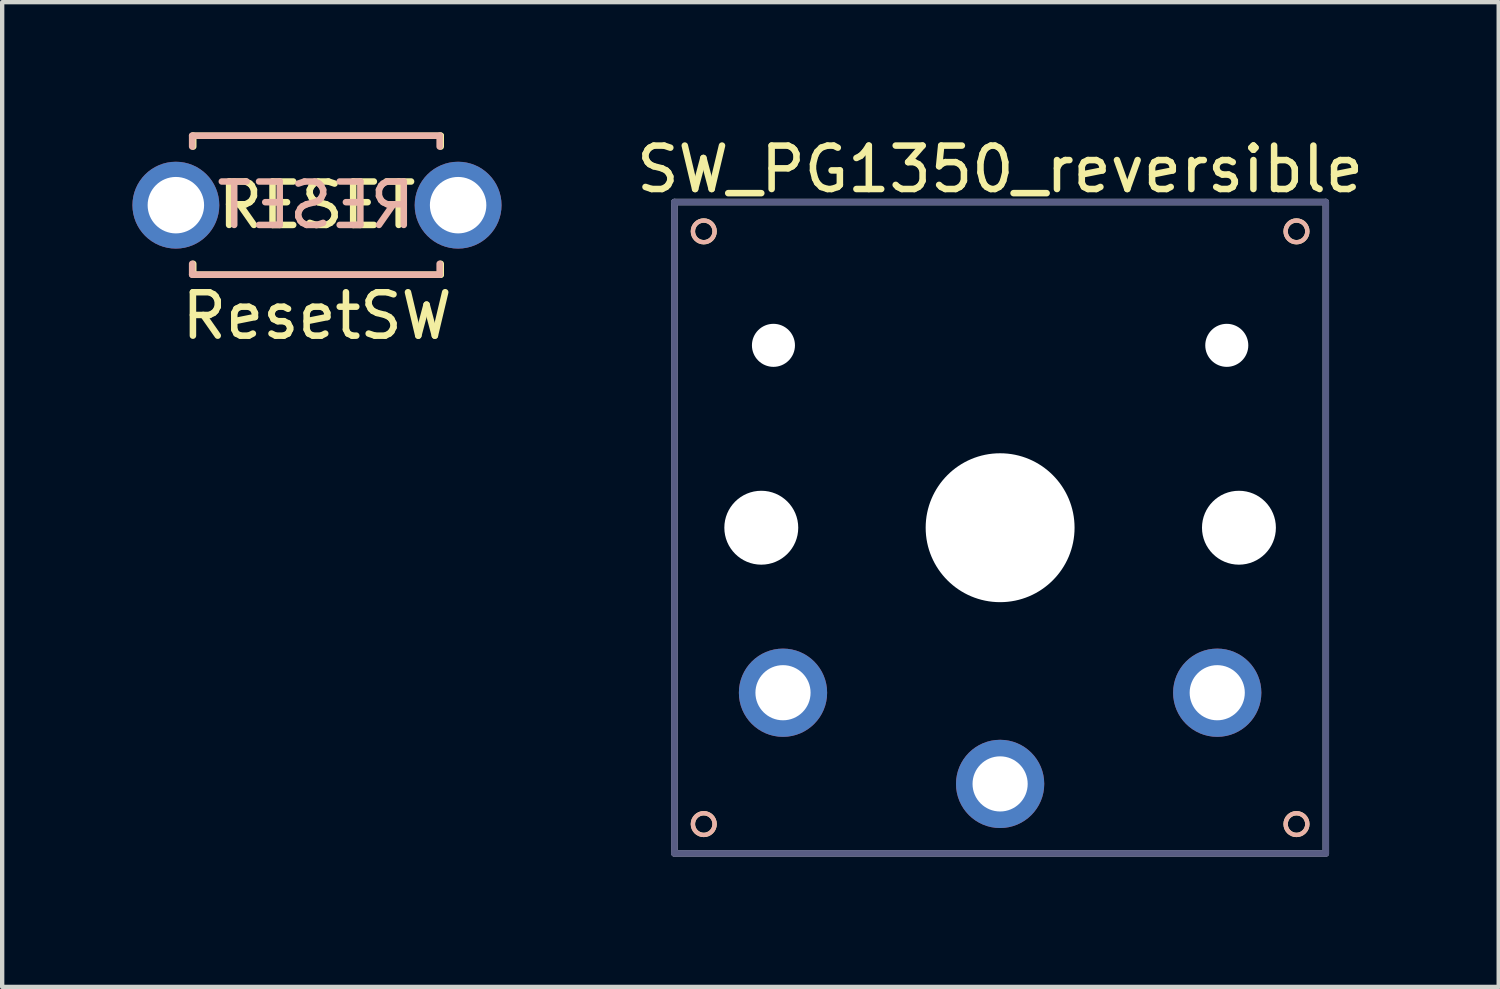
<source format=kicad_pcb>
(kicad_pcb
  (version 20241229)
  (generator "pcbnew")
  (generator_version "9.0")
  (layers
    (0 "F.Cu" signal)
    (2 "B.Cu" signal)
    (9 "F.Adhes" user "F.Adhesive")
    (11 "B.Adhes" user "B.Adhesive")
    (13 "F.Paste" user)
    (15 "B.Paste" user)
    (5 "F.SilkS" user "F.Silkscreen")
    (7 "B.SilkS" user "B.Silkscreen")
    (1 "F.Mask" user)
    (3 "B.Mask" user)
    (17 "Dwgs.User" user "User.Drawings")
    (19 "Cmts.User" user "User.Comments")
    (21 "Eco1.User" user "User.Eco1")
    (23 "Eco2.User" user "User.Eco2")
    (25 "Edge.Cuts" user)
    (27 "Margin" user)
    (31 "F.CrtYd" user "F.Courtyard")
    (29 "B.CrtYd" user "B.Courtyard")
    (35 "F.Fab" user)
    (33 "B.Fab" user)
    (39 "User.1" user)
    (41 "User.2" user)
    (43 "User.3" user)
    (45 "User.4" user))
  (footprint "ResetSW"
    (layer "F.Cu")
    (at 4.25 1.675)
    (property "Reference" "ResetSW" (at 0 2.55 0) (layer "F.SilkS") (effects (font (size 1 1) (thickness 0.15))))
    (attr through_hole)
    (fp_line (start -2.85 -1.6) (end -2.85 -1.35) (stroke (width 0.15) (type solid)) (layer "F.SilkS"))
    (fp_line (start -2.85 -1.6) (end 2.85 -1.6) (stroke (width 0.15) (type solid)) (layer "F.SilkS"))
    (fp_line (start -2.85 1.6) (end -2.85 1.35) (stroke (width 0.15) (type solid)) (layer "F.SilkS"))
    (fp_line (start -2.85 1.6) (end 2.85 1.6) (stroke (width 0.15) (type solid)) (layer "F.SilkS"))
    (fp_line (start 2.85 -1.6) (end 2.85 -1.35) (stroke (width 0.15) (type solid)) (layer "F.SilkS"))
    (fp_line (start 2.85 1.6) (end 2.85 1.35) (stroke (width 0.15) (type solid)) (layer "F.SilkS"))
    (fp_line (start -2.875 -1.6) (end -2.875 -1.35) (stroke (width 0.15) (type solid)) (layer "B.SilkS"))
    (fp_line (start -2.875 -1.6) (end 2.825 -1.6) (stroke (width 0.15) (type solid)) (layer "B.SilkS"))
    (fp_line (start -2.875 1.6) (end -2.875 1.35) (stroke (width 0.15) (type solid)) (layer "B.SilkS"))
    (fp_line (start -2.875 1.6) (end 2.825 1.6) (stroke (width 0.15) (type solid)) (layer "B.SilkS"))
    (fp_line (start 2.825 -1.6) (end 2.825 -1.35) (stroke (width 0.15) (type solid)) (layer "B.SilkS"))
    (fp_line (start 2.825 1.6) (end 2.825 1.35) (stroke (width 0.15) (type solid)) (layer "B.SilkS"))
    (fp_text user "RESET" (at 0 0 0) (layer "F.SilkS") (effects (font (size 1 1) (thickness 0.15))))
    (fp_text user "RESET" (at -0.025 0 180) (layer "B.SilkS") (effects (font (size 1 1) (thickness 0.15)) (justify mirror)))
    (pad "1" thru_hole circle (at 3.25 0) (size 2 2) (drill 1.3) (layers "*.Cu" "B.Mask"))
    (pad "2" thru_hole circle (at -3.25 0) (size 2 2) (drill 1.3) (layers "*.Cu" "B.Mask")))
  (footprint "SW_PG1350_reversible"
    (layer "F.Cu")
    (at 19.982 9.103)
    (property "Reference" "SW_PG1350_reversible" (at 0 -8.255 0) (layer "F.SilkS") (effects (font (size 1 1) (thickness 0.15))))
    (attr through_hole)
    (fp_circle (center -6.825 -6.825) (end -6.825 -7.075) (stroke (width 0.1) (type default)) (fill no) (layer "F.SilkS"))
    (fp_circle (center -6.825 6.825) (end -6.825 6.575) (stroke (width 0.1) (type default)) (fill no) (layer "F.SilkS"))
    (fp_circle (center 6.825 -6.825) (end 6.825 -7.075) (stroke (width 0.1) (type default)) (fill no) (layer "F.SilkS"))
    (fp_circle (center 6.825 6.825) (end 6.825 6.575) (stroke (width 0.1) (type default)) (fill no) (layer "F.SilkS"))
    (fp_circle (center -6.825 -6.825) (end -6.825 -6.575) (stroke (width 0.1) (type default)) (fill no) (layer "B.SilkS"))
    (fp_circle (center -6.825 6.825) (end -6.825 7.075) (stroke (width 0.1) (type default)) (fill no) (layer "B.SilkS"))
    (fp_circle (center 6.825 -6.825) (end 6.825 -6.575) (stroke (width 0.1) (type default)) (fill no) (layer "B.SilkS"))
    (fp_circle (center 6.825 6.825) (end 6.825 7.075) (stroke (width 0.1) (type default)) (fill no) (layer "B.SilkS"))
    (fp_line (start -6.9 6.9) (end -6.9 -6.9) (stroke (width 0.15) (type solid)) (layer "Eco2.User"))
    (fp_line (start -6.9 6.9) (end 6.9 6.9) (stroke (width 0.15) (type solid)) (layer "Eco2.User"))
    (fp_line (start -2.6 -3.1) (end -2.6 -6.3) (stroke (width 0.15) (type solid)) (layer "Eco2.User"))
    (fp_line (start -2.6 -3.1) (end 2.6 -3.1) (stroke (width 0.15) (type solid)) (layer "Eco2.User"))
    (fp_line (start 2.6 -6.3) (end -2.6 -6.3) (stroke (width 0.15) (type solid)) (layer "Eco2.User"))
    (fp_line (start 2.6 -3.1) (end 2.6 -6.3) (stroke (width 0.15) (type solid)) (layer "Eco2.User"))
    (fp_line (start 6.9 -6.9) (end -6.9 -6.9) (stroke (width 0.15) (type solid)) (layer "Eco2.User"))
    (fp_line (start 6.9 -6.9) (end 6.9 6.9) (stroke (width 0.15) (type solid)) (layer "Eco2.User"))
    (fp_line (start -7.5 -7.5) (end 7.5 -7.5) (stroke (width 0.15) (type solid)) (layer "B.Fab"))
    (fp_line (start -7.5 7.5) (end -7.5 -7.5) (stroke (width 0.15) (type solid)) (layer "B.Fab"))
    (fp_line (start 7.5 -7.5) (end 7.5 7.5) (stroke (width 0.15) (type solid)) (layer "B.Fab"))
    (fp_line (start 7.5 7.5) (end -7.5 7.5) (stroke (width 0.15) (type solid)) (layer "B.Fab"))
    (fp_line (start -7.5 -7.5) (end 7.5 -7.5) (stroke (width 0.15) (type solid)) (layer "F.Fab"))
    (fp_line (start -7.5 7.5) (end -7.5 -7.5) (stroke (width 0.15) (type solid)) (layer "F.Fab"))
    (fp_line (start 7.5 -7.5) (end 7.5 7.5) (stroke (width 0.15) (type solid)) (layer "F.Fab"))
    (fp_line (start 7.5 7.5) (end -7.5 7.5) (stroke (width 0.15) (type solid)) (layer "F.Fab"))
    (pad "" np_thru_hole circle (at -5.5 0) (size 1.702 1.702) (drill 1.702) (layers "*.Cu" "*.Mask"))
    (pad "" np_thru_hole circle (at -5.22 -4.2) (size 0.991 0.991) (drill 0.991) (layers "*.Cu" "*.Mask"))
    (pad "" np_thru_hole circle (at 0 0) (size 3.429 3.429) (drill 3.429) (layers "*.Cu" "*.Mask"))
    (pad "" np_thru_hole circle (at 5.22 -4.2) (size 0.991 0.991) (drill 0.991) (layers "*.Cu" "*.Mask"))
    (pad "" np_thru_hole circle (at 5.5 0) (size 1.702 1.702) (drill 1.702) (layers "*.Cu" "*.Mask"))
    (pad "1" thru_hole circle (at 0 5.9) (size 2.032 2.032) (drill 1.27) (layers "*.Cu" "*.Mask"))
    (pad "2" thru_hole circle (at -5 3.8) (size 2.032 2.032) (drill 1.27) (layers "*.Cu" "*.Mask"))
    (pad "2" thru_hole circle (at 5 3.8) (size 2.032 2.032) (drill 1.27) (layers "*.Cu" "*.Mask")))
  (gr_rect
    (start -3 -3)
    (end 31.464 19.678)
    (stroke (width 0.1) (type default))
    (fill no)
    (layer "Edge.Cuts")))
</source>
